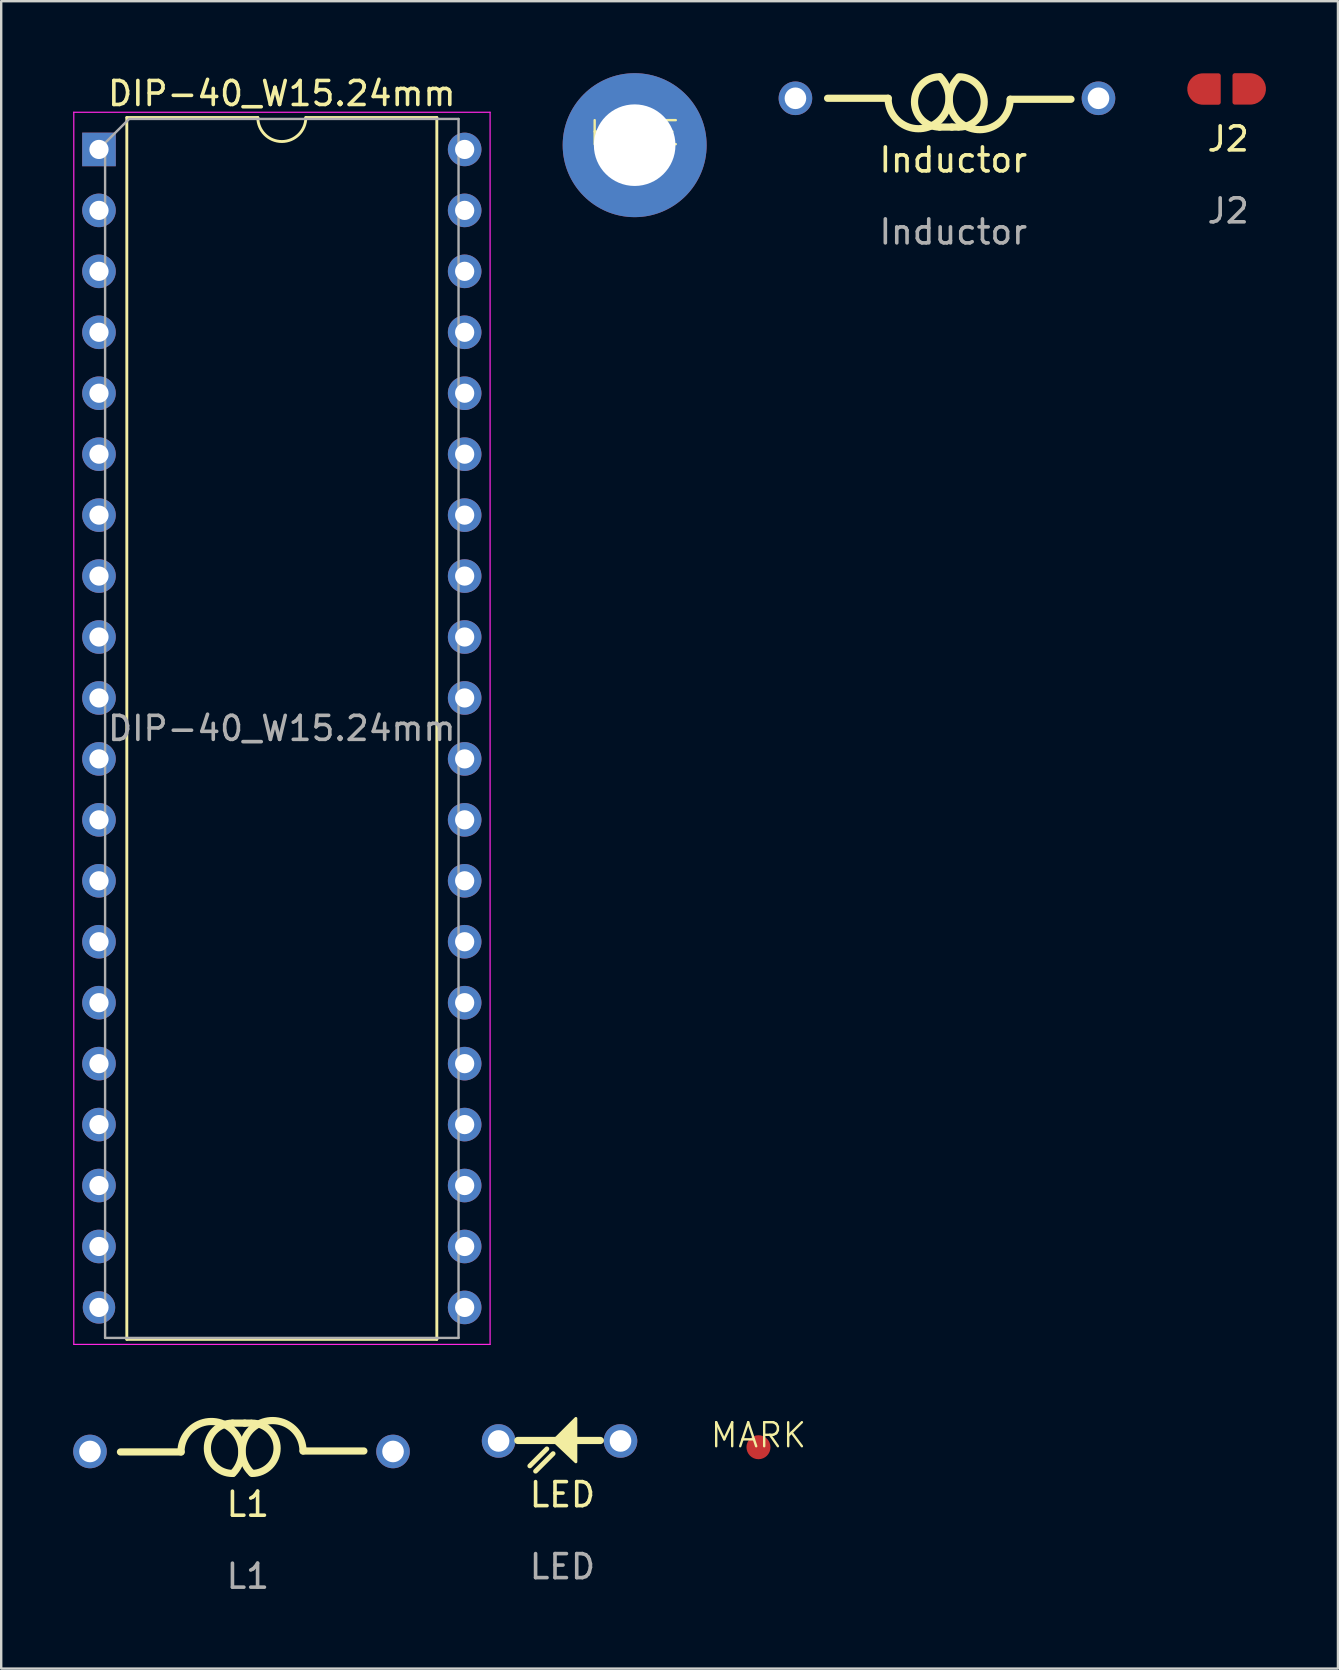
<source format=kicad_pcb>
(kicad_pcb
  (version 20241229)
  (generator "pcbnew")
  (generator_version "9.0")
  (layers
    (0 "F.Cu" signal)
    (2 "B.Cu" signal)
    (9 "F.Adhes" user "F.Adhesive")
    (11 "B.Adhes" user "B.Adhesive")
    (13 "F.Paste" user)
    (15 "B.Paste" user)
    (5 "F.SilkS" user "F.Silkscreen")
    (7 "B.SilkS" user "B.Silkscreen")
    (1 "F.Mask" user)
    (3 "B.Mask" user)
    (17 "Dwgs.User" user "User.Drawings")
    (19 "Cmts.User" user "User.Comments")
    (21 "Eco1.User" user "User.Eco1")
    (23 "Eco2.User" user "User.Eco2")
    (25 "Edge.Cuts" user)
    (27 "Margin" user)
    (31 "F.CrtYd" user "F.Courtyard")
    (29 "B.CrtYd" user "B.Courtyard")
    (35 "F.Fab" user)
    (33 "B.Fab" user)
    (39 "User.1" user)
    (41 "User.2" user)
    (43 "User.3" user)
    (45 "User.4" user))
  (footprint "J2"
    (layer "F.Cu")
    (at 48.135 3.24)
    (property "Reference" "J2" (at 0 -0.5 0) (unlocked yes) (layer "F.SilkS") (effects (font (size 1 1) (thickness 0.15))))
    (attr smd)
    (fp_text user "${REFERENCE}" (at 0 2.5 0) (unlocked yes) (layer "F.Fab") (effects (font (size 1 1) (thickness 0.15))))
    (pad "1" smd custom (at -1.05 -2.58) (size 1.31 1.31) (layers "F.Cu" "F.Mask") (options (anchor circle)) (primitives (gr_rect (start 0 -0.555) (end 0.64 0.555) (width 0.2) (fill yes))))
    (pad "2" smd custom (at 0.92 -2.585 180) (size 1.31 1.31) (layers "F.Cu" "F.Mask") (options (anchor circle)) (primitives (gr_rect (start 0 -0.555) (end 0.64 0.555) (width 0.2) (fill yes)))))
  (footprint "HOLE"
    (layer "F.Cu")
    (at 23.4 3)
    (property "Reference" "HOLE" (at 0 -0.5 0) (unlocked yes) (layer "F.SilkS") (effects (font (size 1 1) (thickness 0.1))))
    (attr through_hole)
    (pad "1" thru_hole oval (at 0 0 180) (size 6 6) (drill 3.4) (layers "*.Cu" "*.Mask")))
  (footprint "MARK"
    (layer "F.Cu")
    (at 28.56 57.264)
    (property "Reference" "MARK" (at 0 -0.5 0) (unlocked yes) (layer "F.SilkS") (effects (font (size 1 1) (thickness 0.1))))
    (attr smd)
    (pad "1" smd circle (at 0 0) (size 1 1) (layers "F.Cu" "F.Mask")))
  (footprint "LED"
    (layer "F.Cu")
    (at 20.39 59.743)
    (property "Reference" "LED" (at 0 -0.5 0) (unlocked yes) (layer "F.SilkS") (effects (font (size 1 1) (thickness 0.15))))
    (attr through_hole)
    (fp_line (start -0.65 -2.41) (end -1.36 -1.7) (stroke (width 0.2) (type default)) (layer "F.SilkS"))
    (fp_line (start -0.388 -2.212) (end -1.12 -1.48) (stroke (width 0.2) (type default)) (layer "F.SilkS"))
    (fp_line (start 1.58 -2.76) (end -1.86 -2.76) (stroke (width 0.3) (type default)) (layer "F.SilkS"))
    (fp_poly (pts (xy -0.37 -2.75) (xy 0.56 -3.68) (xy 0.56 -1.87)) (stroke (width 0.12) (type solid)) (fill yes) (layer "F.SilkS"))
    (fp_text user "${REFERENCE}" (at 0 2.5 0) (unlocked yes) (layer "F.Fab") (effects (font (size 1 1) (thickness 0.15))))
    (pad "1" thru_hole circle (at 2.42 -2.74 180) (size 1.4 1.4) (drill 0.9) (layers "*.Cu" "*.Mask"))
    (pad "2" thru_hole oval (at -2.66 -2.74 180) (size 1.4 1.4) (drill 0.9) (layers "*.Cu" "*.Mask")))
  (footprint "Inductor"
    (layer "F.Cu")
    (at 36.68 4.116)
    (property "Reference" "Inductor" (at 0 -0.5 0) (unlocked yes) (layer "F.SilkS") (effects (font (size 1 1) (thickness 0.15))))
    (attr through_hole)
    (fp_line (start -5.24 -3.07) (end -2.71 -3.07) (stroke (width 0.3) (type solid)) (layer "F.SilkS"))
    (fp_line (start -0.57 -1.87) (end -0.06 -1.87) (stroke (width 0.3) (type solid)) (layer "F.SilkS"))
    (fp_line (start -0.06 -1.87) (end 0.19 -1.87) (stroke (width 0.3) (type solid)) (layer "F.SilkS"))
    (fp_line (start 2.375 -3.03) (end 4.905 -3.03) (stroke (width 0.3) (type solid)) (layer "F.SilkS"))
    (fp_arc (start -0.57 -1.87) (mid -1.617794 -2.917794) (end -0.57 -3.965588) (stroke (width 0.3) (type solid)) (layer "F.SilkS"))
    (fp_arc (start -0.553473 -3.965766) (mid -0.964803 -1.897872) (end -2.71788 -3.069239) (stroke (width 0.3) (type solid)) (layer "F.SilkS"))
    (fp_arc (start 0.24 -3.965588) (mid 1.287798 -2.91779) (end 0.24 -1.87) (stroke (width 0.3) (type solid)) (layer "F.SilkS"))
    (fp_arc (start 2.36788 -3.03) (mid 0.614803 -1.858632) (end 0.203473 -3.926527) (stroke (width 0.3) (type solid)) (layer "F.SilkS"))
    (fp_text user "${REFERENCE}" (at 0 2.5 0) (unlocked yes) (layer "F.Fab") (effects (font (size 1 1) (thickness 0.15))))
    (pad "1" thru_hole circle (at -6.58 -3.07 90) (size 1.4 1.4) (drill 0.9) (layers "*.Cu" "*.Mask"))
    (pad "2" thru_hole circle (at 6.05 -3.07 90) (size 1.4 1.4) (drill 0.9) (layers "*.Cu" "*.Mask")))
  (footprint "L1"
    (layer "F.Cu")
    (at 7.28 60.141)
    (property "Reference" "L1" (at 0 -0.5 0) (unlocked yes) (layer "F.SilkS") (effects (font (size 1 1) (thickness 0.15))))
    (attr through_hole)
    (fp_line (start -5.31 -2.68) (end -2.78 -2.68) (stroke (width 0.3) (type default)) (layer "F.SilkS"))
    (fp_line (start -0.64 -3.88) (end -0.13 -3.88) (stroke (width 0.3) (type default)) (layer "F.SilkS"))
    (fp_line (start -0.13 -3.88) (end 0.12 -3.88) (stroke (width 0.3) (type default)) (layer "F.SilkS"))
    (fp_line (start 2.305 -2.72) (end 4.835 -2.72) (stroke (width 0.3) (type default)) (layer "F.SilkS"))
    (fp_arc (start -2.78788 -2.680761) (mid -1.034803 -3.852128) (end -0.623473 -1.784234) (stroke (width 0.3) (type default)) (layer "F.SilkS"))
    (fp_arc (start -0.64 -1.784412) (mid -1.687794 -2.832206) (end -0.64 -3.88) (stroke (width 0.3) (type default)) (layer "F.SilkS"))
    (fp_arc (start 0.133473 -1.823473) (mid 0.544803 -3.891369) (end 2.29788 -2.72) (stroke (width 0.3) (type default)) (layer "F.SilkS"))
    (fp_arc (start 0.17 -3.88) (mid 1.21779 -2.83221) (end 0.17 -1.784412) (stroke (width 0.3) (type default)) (layer "F.SilkS"))
    (fp_text user "${REFERENCE}" (at 0 2.5 0) (unlocked yes) (layer "F.Fab") (effects (font (size 1 1) (thickness 0.15))))
    (pad "1" thru_hole circle (at -6.58 -2.7 90) (size 1.4 1.4) (drill 0.9) (layers "*.Cu" "*.Mask"))
    (pad "2" thru_hole circle (at 6.05 -2.7 90) (size 1.4 1.4) (drill 0.9) (layers "*.Cu" "*.Mask")))
  (footprint "DIP-40_W15.24mm"
    (layer "F.Cu")
    (at 1.075 3.178)
    (property "Reference" "DIP-40_W15.24mm" (at 7.62 -2.33 0) (layer "F.SilkS") (effects (font (size 1 1) (thickness 0.15))))
    (attr through_hole)
    (fp_line (start 1.16 -1.33) (end 1.16 49.59) (stroke (width 0.12) (type solid)) (layer "F.SilkS"))
    (fp_line (start 1.16 49.59) (end 14.08 49.59) (stroke (width 0.12) (type solid)) (layer "F.SilkS"))
    (fp_line (start 6.62 -1.33) (end 1.16 -1.33) (stroke (width 0.12) (type solid)) (layer "F.SilkS"))
    (fp_line (start 14.08 -1.33) (end 8.62 -1.33) (stroke (width 0.12) (type solid)) (layer "F.SilkS"))
    (fp_line (start 14.08 49.59) (end 14.08 -1.33) (stroke (width 0.12) (type solid)) (layer "F.SilkS"))
    (fp_arc (start 8.62 -1.33) (mid 7.62 -0.33) (end 6.62 -1.33) (stroke (width 0.12) (type solid)) (layer "F.SilkS"))
    (fp_line (start -1.05 -1.55) (end -1.05 49.8) (stroke (width 0.05) (type solid)) (layer "F.CrtYd"))
    (fp_line (start -1.05 49.8) (end 16.3 49.8) (stroke (width 0.05) (type solid)) (layer "F.CrtYd"))
    (fp_line (start 16.3 -1.55) (end -1.05 -1.55) (stroke (width 0.05) (type solid)) (layer "F.CrtYd"))
    (fp_line (start 16.3 49.8) (end 16.3 -1.55) (stroke (width 0.05) (type solid)) (layer "F.CrtYd"))
    (fp_line (start 0.255 -0.27) (end 1.255 -1.27) (stroke (width 0.1) (type solid)) (layer "F.Fab"))
    (fp_line (start 0.255 49.53) (end 0.255 -0.27) (stroke (width 0.1) (type solid)) (layer "F.Fab"))
    (fp_line (start 1.255 -1.27) (end 14.985 -1.27) (stroke (width 0.1) (type solid)) (layer "F.Fab"))
    (fp_line (start 14.985 -1.27) (end 14.985 49.53) (stroke (width 0.1) (type solid)) (layer "F.Fab"))
    (fp_line (start 14.985 49.53) (end 0.255 49.53) (stroke (width 0.1) (type solid)) (layer "F.Fab"))
    (fp_text user "${REFERENCE}" (at 7.62 24.13 0) (layer "F.Fab") (effects (font (size 1 1) (thickness 0.15))))
    (pad "1" thru_hole rect (at 0 0) (size 1.4 1.4) (drill 0.8) (layers "*.Cu" "*.Mask"))
    (pad "2" thru_hole circle (at 0 2.54) (size 1.4 1.4) (drill 0.8) (layers "*.Cu" "*.Mask"))
    (pad "3" thru_hole circle (at 0 5.08) (size 1.4 1.4) (drill 0.8) (layers "*.Cu" "*.Mask"))
    (pad "4" thru_hole circle (at 0 7.62) (size 1.4 1.4) (drill 0.8) (layers "*.Cu" "*.Mask"))
    (pad "5" thru_hole circle (at 0 10.16) (size 1.4 1.4) (drill 0.8) (layers "*.Cu" "*.Mask"))
    (pad "6" thru_hole circle (at 0 12.7) (size 1.4 1.4) (drill 0.8) (layers "*.Cu" "*.Mask"))
    (pad "7" thru_hole circle (at 0 15.24) (size 1.4 1.4) (drill 0.8) (layers "*.Cu" "*.Mask"))
    (pad "8" thru_hole circle (at 0 17.78) (size 1.4 1.4) (drill 0.8) (layers "*.Cu" "*.Mask"))
    (pad "9" thru_hole circle (at 0 20.32) (size 1.4 1.4) (drill 0.8) (layers "*.Cu" "*.Mask"))
    (pad "10" thru_hole circle (at 0 22.86) (size 1.4 1.4) (drill 0.8) (layers "*.Cu" "*.Mask"))
    (pad "11" thru_hole circle (at 0 25.4) (size 1.4 1.4) (drill 0.8) (layers "*.Cu" "*.Mask"))
    (pad "12" thru_hole circle (at 0 27.94) (size 1.4 1.4) (drill 0.8) (layers "*.Cu" "*.Mask"))
    (pad "13" thru_hole circle (at 0 30.48) (size 1.4 1.4) (drill 0.8) (layers "*.Cu" "*.Mask"))
    (pad "14" thru_hole circle (at 0 33.02) (size 1.4 1.4) (drill 0.8) (layers "*.Cu" "*.Mask"))
    (pad "15" thru_hole circle (at 0 35.56) (size 1.4 1.4) (drill 0.8) (layers "*.Cu" "*.Mask"))
    (pad "16" thru_hole circle (at 0 38.1) (size 1.4 1.4) (drill 0.8) (layers "*.Cu" "*.Mask"))
    (pad "17" thru_hole circle (at 0 40.64) (size 1.4 1.4) (drill 0.8) (layers "*.Cu" "*.Mask"))
    (pad "18" thru_hole circle (at 0 43.18) (size 1.4 1.4) (drill 0.8) (layers "*.Cu" "*.Mask"))
    (pad "19" thru_hole circle (at 0 45.72) (size 1.4 1.4) (drill 0.8) (layers "*.Cu" "*.Mask"))
    (pad "20" thru_hole circle (at 0 48.26) (size 1.35 1.35) (drill 0.8) (layers "*.Cu" "*.Mask"))
    (pad "21" thru_hole circle (at 15.24 48.26) (size 1.4 1.4) (drill 0.8) (layers "*.Cu" "*.Mask"))
    (pad "22" thru_hole circle (at 15.24 45.72) (size 1.4 1.4) (drill 0.8) (layers "*.Cu" "*.Mask"))
    (pad "23" thru_hole circle (at 15.24 43.18) (size 1.4 1.4) (drill 0.8) (layers "*.Cu" "*.Mask"))
    (pad "24" thru_hole circle (at 15.24 40.64) (size 1.4 1.4) (drill 0.8) (layers "*.Cu" "*.Mask"))
    (pad "25" thru_hole circle (at 15.24 38.1) (size 1.4 1.4) (drill 0.8) (layers "*.Cu" "*.Mask"))
    (pad "26" thru_hole circle (at 15.24 35.56) (size 1.4 1.4) (drill 0.8) (layers "*.Cu" "*.Mask"))
    (pad "27" thru_hole circle (at 15.24 33.02) (size 1.4 1.4) (drill 0.8) (layers "*.Cu" "*.Mask"))
    (pad "28" thru_hole circle (at 15.24 30.48) (size 1.4 1.4) (drill 0.8) (layers "*.Cu" "*.Mask"))
    (pad "29" thru_hole circle (at 15.24 27.94) (size 1.4 1.4) (drill 0.8) (layers "*.Cu" "*.Mask"))
    (pad "30" thru_hole circle (at 15.24 25.4) (size 1.4 1.4) (drill 0.8) (layers "*.Cu" "*.Mask"))
    (pad "31" thru_hole circle (at 15.24 22.86) (size 1.4 1.4) (drill 0.8) (layers "*.Cu" "*.Mask"))
    (pad "32" thru_hole circle (at 15.24 20.32) (size 1.4 1.4) (drill 0.8) (layers "*.Cu" "*.Mask"))
    (pad "33" thru_hole circle (at 15.24 17.78) (size 1.4 1.4) (drill 0.8) (layers "*.Cu" "*.Mask"))
    (pad "34" thru_hole circle (at 15.24 15.24) (size 1.4 1.4) (drill 0.8) (layers "*.Cu" "*.Mask"))
    (pad "35" thru_hole circle (at 15.24 12.7) (size 1.4 1.4) (drill 0.8) (layers "*.Cu" "*.Mask"))
    (pad "36" thru_hole circle (at 15.24 10.16) (size 1.4 1.4) (drill 0.8) (layers "*.Cu" "*.Mask"))
    (pad "37" thru_hole circle (at 15.24 7.62) (size 1.4 1.4) (drill 0.8) (layers "*.Cu" "*.Mask"))
    (pad "38" thru_hole circle (at 15.24 5.08) (size 1.4 1.4) (drill 0.8) (layers "*.Cu" "*.Mask"))
    (pad "39" thru_hole circle (at 15.24 2.54) (size 1.4 1.4) (drill 0.8) (layers "*.Cu" "*.Mask"))
    (pad "40" thru_hole circle (at 15.24 0) (size 1.4 1.4) (drill 0.8) (layers "*.Cu" "*.Mask")))
  (gr_rect
    (start -3 -3)
    (end 52.71 66.489)
    (stroke (width 0.1) (type default))
    (fill no)
    (layer "Edge.Cuts")))
</source>
